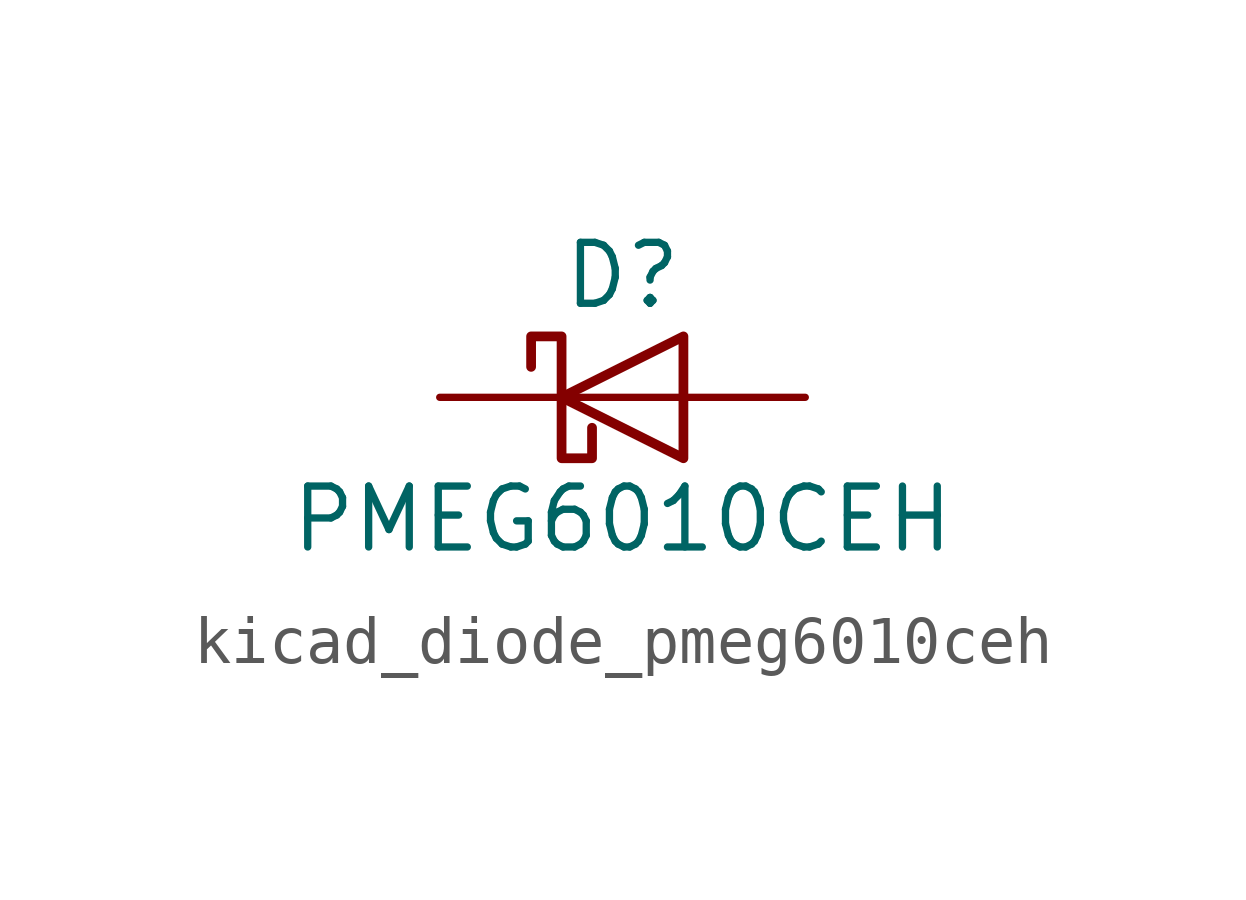
<source format=kicad_sym>
(kicad_symbol_lib
  (version 20220914)
  (generator kicad_symbol_editor)
  (symbol "kicad_diode_pmeg6010ceh"
    (pin_numbers hide)
    (pin_names hide)
    (property "Reference" "D"
      (at 0 2.54 0)
      (effects (font (size 1.27 1.27))))
    (property "Value" "PMEG6010CEH"
      (at 0 -2.54 0)
      (effects (font (size 1.27 1.27))))
    (symbol "kicad_diode_pmeg6010ceh_0_1"
      (polyline (pts (xy 1.27 0) (xy -1.27 0)) (stroke (width 0) (type default)) (fill (type none)))
      (polyline (pts (xy 1.27 1.27) (xy 1.27 -1.27) (xy -1.27 0) (xy 1.27 1.27)) (stroke (width 0.203) (type default)) (fill (type none)))
      (polyline (pts (xy -1.905 0.635) (xy -1.905 1.27) (xy -1.27 1.27) (xy -1.27 -1.27) (xy -0.635 -1.27) (xy -0.635 -0.635)) (stroke (width 0.203) (type default)) (fill (type none))))
    (symbol "kicad_diode_pmeg6010ceh_1_1"
      (pin passive line (at -3.81 0 0) (length 2.54) (name "K" (effects (font (size 1.27 1.27)))) (number "1" (effects (font (size 1.27 1.27)))))
      (pin passive line (at 3.81 0 180) (length 2.54) (name "A" (effects (font (size 1.27 1.27)))) (number "2" (effects (font (size 1.27 1.27))))))))
</source>
